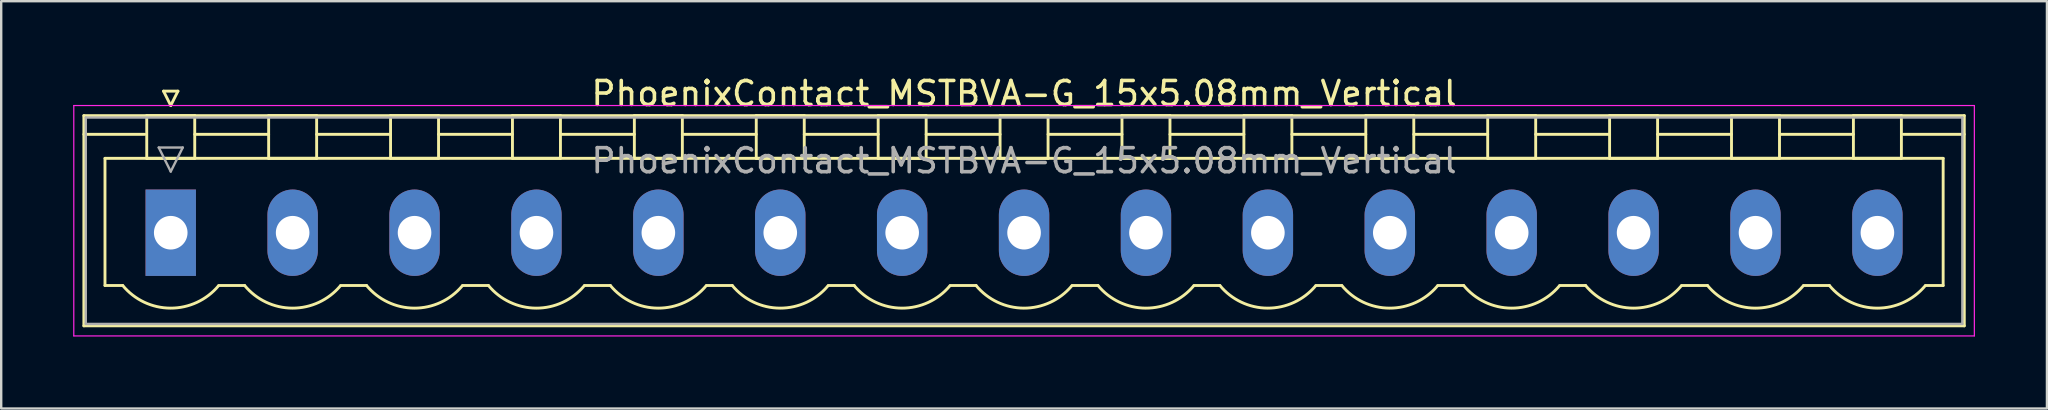
<source format=kicad_pcb>
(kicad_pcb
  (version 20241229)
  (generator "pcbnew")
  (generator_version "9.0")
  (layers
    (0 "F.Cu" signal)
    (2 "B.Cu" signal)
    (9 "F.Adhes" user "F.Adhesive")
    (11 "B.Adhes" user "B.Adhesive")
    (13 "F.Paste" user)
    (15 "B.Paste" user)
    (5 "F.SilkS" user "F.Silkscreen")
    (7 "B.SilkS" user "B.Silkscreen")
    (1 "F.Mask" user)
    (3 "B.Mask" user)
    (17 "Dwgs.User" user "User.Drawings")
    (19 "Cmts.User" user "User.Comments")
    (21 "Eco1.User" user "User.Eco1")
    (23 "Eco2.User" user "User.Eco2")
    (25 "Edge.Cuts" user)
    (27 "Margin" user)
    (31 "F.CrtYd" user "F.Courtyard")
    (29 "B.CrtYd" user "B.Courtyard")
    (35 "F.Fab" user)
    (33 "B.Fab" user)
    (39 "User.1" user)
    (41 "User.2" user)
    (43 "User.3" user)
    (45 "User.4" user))
  (footprint "PhoenixContact_MSTBVA-G_15x5.08mm_Vertical"
    (layer "F.Cu")
    (at 4.065 6.648)
    (property "Reference" "PhoenixContact_MSTBVA-G_15x5.08mm_Vertical" (at 35.56 -5.8 0) (layer "F.SilkS") (effects (font (size 1 1) (thickness 0.15))))
    (attr through_hole)
    (fp_line (start -3.62 -4.88) (end -3.62 3.88) (stroke (width 0.12) (type solid)) (layer "F.SilkS"))
    (fp_line (start -3.62 -4.1) (end -1.08 -4.1) (stroke (width 0.12) (type solid)) (layer "F.SilkS"))
    (fp_line (start -3.62 3.88) (end 74.74 3.88) (stroke (width 0.12) (type solid)) (layer "F.SilkS"))
    (fp_line (start -2.74 -3.1) (end 73.86 -3.1) (stroke (width 0.12) (type solid)) (layer "F.SilkS"))
    (fp_line (start -2.74 2.2) (end -2.74 -3.1) (stroke (width 0.12) (type solid)) (layer "F.SilkS"))
    (fp_line (start -2 2.2) (end -2.74 2.2) (stroke (width 0.12) (type solid)) (layer "F.SilkS"))
    (fp_line (start -1 -4.88) (end 1 -4.88) (stroke (width 0.12) (type solid)) (layer "F.SilkS"))
    (fp_line (start -1 -3.1) (end -1 -4.88) (stroke (width 0.12) (type solid)) (layer "F.SilkS"))
    (fp_line (start -0.3 -5.9) (end 0.3 -5.9) (stroke (width 0.12) (type solid)) (layer "F.SilkS"))
    (fp_line (start 0 -5.3) (end -0.3 -5.9) (stroke (width 0.12) (type solid)) (layer "F.SilkS"))
    (fp_line (start 0.3 -5.9) (end 0 -5.3) (stroke (width 0.12) (type solid)) (layer "F.SilkS"))
    (fp_line (start 1 -4.88) (end 1 -3.1) (stroke (width 0.12) (type solid)) (layer "F.SilkS"))
    (fp_line (start 1 -4.1) (end 4.08 -4.1) (stroke (width 0.12) (type solid)) (layer "F.SilkS"))
    (fp_line (start 1 -3.1) (end -1 -3.1) (stroke (width 0.12) (type solid)) (layer "F.SilkS"))
    (fp_line (start 2 2.2) (end 3.08 2.2) (stroke (width 0.12) (type solid)) (layer "F.SilkS"))
    (fp_line (start 4.08 -4.88) (end 6.08 -4.88) (stroke (width 0.12) (type solid)) (layer "F.SilkS"))
    (fp_line (start 4.08 -3.1) (end 4.08 -4.88) (stroke (width 0.12) (type solid)) (layer "F.SilkS"))
    (fp_line (start 6.08 -4.88) (end 6.08 -3.1) (stroke (width 0.12) (type solid)) (layer "F.SilkS"))
    (fp_line (start 6.08 -4.1) (end 9.16 -4.1) (stroke (width 0.12) (type solid)) (layer "F.SilkS"))
    (fp_line (start 6.08 -3.1) (end 4.08 -3.1) (stroke (width 0.12) (type solid)) (layer "F.SilkS"))
    (fp_line (start 7.08 2.2) (end 8.16 2.2) (stroke (width 0.12) (type solid)) (layer "F.SilkS"))
    (fp_line (start 9.16 -4.88) (end 11.16 -4.88) (stroke (width 0.12) (type solid)) (layer "F.SilkS"))
    (fp_line (start 9.16 -3.1) (end 9.16 -4.88) (stroke (width 0.12) (type solid)) (layer "F.SilkS"))
    (fp_line (start 11.16 -4.88) (end 11.16 -3.1) (stroke (width 0.12) (type solid)) (layer "F.SilkS"))
    (fp_line (start 11.16 -4.1) (end 14.24 -4.1) (stroke (width 0.12) (type solid)) (layer "F.SilkS"))
    (fp_line (start 11.16 -3.1) (end 9.16 -3.1) (stroke (width 0.12) (type solid)) (layer "F.SilkS"))
    (fp_line (start 12.16 2.2) (end 13.24 2.2) (stroke (width 0.12) (type solid)) (layer "F.SilkS"))
    (fp_line (start 14.24 -4.88) (end 16.24 -4.88) (stroke (width 0.12) (type solid)) (layer "F.SilkS"))
    (fp_line (start 14.24 -3.1) (end 14.24 -4.88) (stroke (width 0.12) (type solid)) (layer "F.SilkS"))
    (fp_line (start 16.24 -4.88) (end 16.24 -3.1) (stroke (width 0.12) (type solid)) (layer "F.SilkS"))
    (fp_line (start 16.24 -4.1) (end 19.32 -4.1) (stroke (width 0.12) (type solid)) (layer "F.SilkS"))
    (fp_line (start 16.24 -3.1) (end 14.24 -3.1) (stroke (width 0.12) (type solid)) (layer "F.SilkS"))
    (fp_line (start 17.24 2.2) (end 18.32 2.2) (stroke (width 0.12) (type solid)) (layer "F.SilkS"))
    (fp_line (start 19.32 -4.88) (end 21.32 -4.88) (stroke (width 0.12) (type solid)) (layer "F.SilkS"))
    (fp_line (start 19.32 -3.1) (end 19.32 -4.88) (stroke (width 0.12) (type solid)) (layer "F.SilkS"))
    (fp_line (start 21.32 -4.88) (end 21.32 -3.1) (stroke (width 0.12) (type solid)) (layer "F.SilkS"))
    (fp_line (start 21.32 -4.1) (end 24.4 -4.1) (stroke (width 0.12) (type solid)) (layer "F.SilkS"))
    (fp_line (start 21.32 -3.1) (end 19.32 -3.1) (stroke (width 0.12) (type solid)) (layer "F.SilkS"))
    (fp_line (start 22.32 2.2) (end 23.4 2.2) (stroke (width 0.12) (type solid)) (layer "F.SilkS"))
    (fp_line (start 24.4 -4.88) (end 26.4 -4.88) (stroke (width 0.12) (type solid)) (layer "F.SilkS"))
    (fp_line (start 24.4 -3.1) (end 24.4 -4.88) (stroke (width 0.12) (type solid)) (layer "F.SilkS"))
    (fp_line (start 26.4 -4.88) (end 26.4 -3.1) (stroke (width 0.12) (type solid)) (layer "F.SilkS"))
    (fp_line (start 26.4 -4.1) (end 29.48 -4.1) (stroke (width 0.12) (type solid)) (layer "F.SilkS"))
    (fp_line (start 26.4 -3.1) (end 24.4 -3.1) (stroke (width 0.12) (type solid)) (layer "F.SilkS"))
    (fp_line (start 27.4 2.2) (end 28.48 2.2) (stroke (width 0.12) (type solid)) (layer "F.SilkS"))
    (fp_line (start 29.48 -4.88) (end 31.48 -4.88) (stroke (width 0.12) (type solid)) (layer "F.SilkS"))
    (fp_line (start 29.48 -3.1) (end 29.48 -4.88) (stroke (width 0.12) (type solid)) (layer "F.SilkS"))
    (fp_line (start 31.48 -4.88) (end 31.48 -3.1) (stroke (width 0.12) (type solid)) (layer "F.SilkS"))
    (fp_line (start 31.48 -4.1) (end 34.56 -4.1) (stroke (width 0.12) (type solid)) (layer "F.SilkS"))
    (fp_line (start 31.48 -3.1) (end 29.48 -3.1) (stroke (width 0.12) (type solid)) (layer "F.SilkS"))
    (fp_line (start 32.48 2.2) (end 33.56 2.2) (stroke (width 0.12) (type solid)) (layer "F.SilkS"))
    (fp_line (start 34.56 -4.88) (end 36.56 -4.88) (stroke (width 0.12) (type solid)) (layer "F.SilkS"))
    (fp_line (start 34.56 -3.1) (end 34.56 -4.88) (stroke (width 0.12) (type solid)) (layer "F.SilkS"))
    (fp_line (start 36.56 -4.88) (end 36.56 -3.1) (stroke (width 0.12) (type solid)) (layer "F.SilkS"))
    (fp_line (start 36.56 -4.1) (end 39.64 -4.1) (stroke (width 0.12) (type solid)) (layer "F.SilkS"))
    (fp_line (start 36.56 -3.1) (end 34.56 -3.1) (stroke (width 0.12) (type solid)) (layer "F.SilkS"))
    (fp_line (start 37.56 2.2) (end 38.64 2.2) (stroke (width 0.12) (type solid)) (layer "F.SilkS"))
    (fp_line (start 39.64 -4.88) (end 41.64 -4.88) (stroke (width 0.12) (type solid)) (layer "F.SilkS"))
    (fp_line (start 39.64 -3.1) (end 39.64 -4.88) (stroke (width 0.12) (type solid)) (layer "F.SilkS"))
    (fp_line (start 41.64 -4.88) (end 41.64 -3.1) (stroke (width 0.12) (type solid)) (layer "F.SilkS"))
    (fp_line (start 41.64 -4.1) (end 44.72 -4.1) (stroke (width 0.12) (type solid)) (layer "F.SilkS"))
    (fp_line (start 41.64 -3.1) (end 39.64 -3.1) (stroke (width 0.12) (type solid)) (layer "F.SilkS"))
    (fp_line (start 42.64 2.2) (end 43.72 2.2) (stroke (width 0.12) (type solid)) (layer "F.SilkS"))
    (fp_line (start 44.72 -4.88) (end 46.72 -4.88) (stroke (width 0.12) (type solid)) (layer "F.SilkS"))
    (fp_line (start 44.72 -3.1) (end 44.72 -4.88) (stroke (width 0.12) (type solid)) (layer "F.SilkS"))
    (fp_line (start 46.72 -4.88) (end 46.72 -3.1) (stroke (width 0.12) (type solid)) (layer "F.SilkS"))
    (fp_line (start 46.72 -4.1) (end 49.8 -4.1) (stroke (width 0.12) (type solid)) (layer "F.SilkS"))
    (fp_line (start 46.72 -3.1) (end 44.72 -3.1) (stroke (width 0.12) (type solid)) (layer "F.SilkS"))
    (fp_line (start 47.72 2.2) (end 48.8 2.2) (stroke (width 0.12) (type solid)) (layer "F.SilkS"))
    (fp_line (start 49.8 -4.88) (end 51.8 -4.88) (stroke (width 0.12) (type solid)) (layer "F.SilkS"))
    (fp_line (start 49.8 -3.1) (end 49.8 -4.88) (stroke (width 0.12) (type solid)) (layer "F.SilkS"))
    (fp_line (start 51.8 -4.88) (end 51.8 -3.1) (stroke (width 0.12) (type solid)) (layer "F.SilkS"))
    (fp_line (start 51.8 -4.1) (end 54.88 -4.1) (stroke (width 0.12) (type solid)) (layer "F.SilkS"))
    (fp_line (start 51.8 -3.1) (end 49.8 -3.1) (stroke (width 0.12) (type solid)) (layer "F.SilkS"))
    (fp_line (start 52.8 2.2) (end 53.88 2.2) (stroke (width 0.12) (type solid)) (layer "F.SilkS"))
    (fp_line (start 54.88 -4.88) (end 56.88 -4.88) (stroke (width 0.12) (type solid)) (layer "F.SilkS"))
    (fp_line (start 54.88 -3.1) (end 54.88 -4.88) (stroke (width 0.12) (type solid)) (layer "F.SilkS"))
    (fp_line (start 56.88 -4.88) (end 56.88 -3.1) (stroke (width 0.12) (type solid)) (layer "F.SilkS"))
    (fp_line (start 56.88 -4.1) (end 59.96 -4.1) (stroke (width 0.12) (type solid)) (layer "F.SilkS"))
    (fp_line (start 56.88 -3.1) (end 54.88 -3.1) (stroke (width 0.12) (type solid)) (layer "F.SilkS"))
    (fp_line (start 57.88 2.2) (end 58.96 2.2) (stroke (width 0.12) (type solid)) (layer "F.SilkS"))
    (fp_line (start 59.96 -4.88) (end 61.96 -4.88) (stroke (width 0.12) (type solid)) (layer "F.SilkS"))
    (fp_line (start 59.96 -3.1) (end 59.96 -4.88) (stroke (width 0.12) (type solid)) (layer "F.SilkS"))
    (fp_line (start 61.96 -4.88) (end 61.96 -3.1) (stroke (width 0.12) (type solid)) (layer "F.SilkS"))
    (fp_line (start 61.96 -4.1) (end 65.04 -4.1) (stroke (width 0.12) (type solid)) (layer "F.SilkS"))
    (fp_line (start 61.96 -3.1) (end 59.96 -3.1) (stroke (width 0.12) (type solid)) (layer "F.SilkS"))
    (fp_line (start 62.96 2.2) (end 64.04 2.2) (stroke (width 0.12) (type solid)) (layer "F.SilkS"))
    (fp_line (start 65.04 -4.88) (end 67.04 -4.88) (stroke (width 0.12) (type solid)) (layer "F.SilkS"))
    (fp_line (start 65.04 -3.1) (end 65.04 -4.88) (stroke (width 0.12) (type solid)) (layer "F.SilkS"))
    (fp_line (start 67.04 -4.88) (end 67.04 -3.1) (stroke (width 0.12) (type solid)) (layer "F.SilkS"))
    (fp_line (start 67.04 -4.1) (end 70.12 -4.1) (stroke (width 0.12) (type solid)) (layer "F.SilkS"))
    (fp_line (start 67.04 -3.1) (end 65.04 -3.1) (stroke (width 0.12) (type solid)) (layer "F.SilkS"))
    (fp_line (start 68.04 2.2) (end 69.12 2.2) (stroke (width 0.12) (type solid)) (layer "F.SilkS"))
    (fp_line (start 70.12 -4.88) (end 72.12 -4.88) (stroke (width 0.12) (type solid)) (layer "F.SilkS"))
    (fp_line (start 70.12 -3.1) (end 70.12 -4.88) (stroke (width 0.12) (type solid)) (layer "F.SilkS"))
    (fp_line (start 72.12 -4.88) (end 72.12 -3.1) (stroke (width 0.12) (type solid)) (layer "F.SilkS"))
    (fp_line (start 72.12 -3.1) (end 70.12 -3.1) (stroke (width 0.12) (type solid)) (layer "F.SilkS"))
    (fp_line (start 73.86 -3.1) (end 73.86 2.2) (stroke (width 0.12) (type solid)) (layer "F.SilkS"))
    (fp_line (start 73.86 2.2) (end 73.12 2.2) (stroke (width 0.12) (type solid)) (layer "F.SilkS"))
    (fp_line (start 74.74 -4.88) (end -3.62 -4.88) (stroke (width 0.12) (type solid)) (layer "F.SilkS"))
    (fp_line (start 74.74 -4.1) (end 72.2 -4.1) (stroke (width 0.12) (type solid)) (layer "F.SilkS"))
    (fp_line (start 74.74 3.88) (end 74.74 -4.88) (stroke (width 0.12) (type solid)) (layer "F.SilkS"))
    (fp_arc (start 1.986842 2.215821) (mid -0.010289 3.142758) (end -2 2.2) (stroke (width 0.12) (type solid)) (layer "F.SilkS"))
    (fp_arc (start 7.066842 2.215821) (mid 5.069711 3.142758) (end 3.08 2.2) (stroke (width 0.12) (type solid)) (layer "F.SilkS"))
    (fp_arc (start 12.146842 2.215821) (mid 10.149711 3.142758) (end 8.16 2.2) (stroke (width 0.12) (type solid)) (layer "F.SilkS"))
    (fp_arc (start 17.226842 2.215821) (mid 15.229711 3.142758) (end 13.24 2.2) (stroke (width 0.12) (type solid)) (layer "F.SilkS"))
    (fp_arc (start 22.306842 2.215821) (mid 20.309711 3.142758) (end 18.32 2.2) (stroke (width 0.12) (type solid)) (layer "F.SilkS"))
    (fp_arc (start 27.386842 2.215821) (mid 25.389711 3.142758) (end 23.4 2.2) (stroke (width 0.12) (type solid)) (layer "F.SilkS"))
    (fp_arc (start 32.466842 2.215821) (mid 30.469711 3.142758) (end 28.48 2.2) (stroke (width 0.12) (type solid)) (layer "F.SilkS"))
    (fp_arc (start 37.546842 2.215821) (mid 35.549711 3.142758) (end 33.56 2.2) (stroke (width 0.12) (type solid)) (layer "F.SilkS"))
    (fp_arc (start 42.626842 2.215821) (mid 40.629711 3.142758) (end 38.64 2.2) (stroke (width 0.12) (type solid)) (layer "F.SilkS"))
    (fp_arc (start 47.706842 2.215821) (mid 45.709711 3.142758) (end 43.72 2.2) (stroke (width 0.12) (type solid)) (layer "F.SilkS"))
    (fp_arc (start 52.786842 2.215821) (mid 50.789711 3.142758) (end 48.8 2.2) (stroke (width 0.12) (type solid)) (layer "F.SilkS"))
    (fp_arc (start 57.866842 2.215821) (mid 55.869711 3.142758) (end 53.88 2.2) (stroke (width 0.12) (type solid)) (layer "F.SilkS"))
    (fp_arc (start 62.946842 2.215821) (mid 60.949711 3.142758) (end 58.96 2.2) (stroke (width 0.12) (type solid)) (layer "F.SilkS"))
    (fp_arc (start 68.026842 2.215821) (mid 66.029711 3.142758) (end 64.04 2.2) (stroke (width 0.12) (type solid)) (layer "F.SilkS"))
    (fp_arc (start 73.106842 2.215821) (mid 71.109711 3.142758) (end 69.12 2.2) (stroke (width 0.12) (type solid)) (layer "F.SilkS"))
    (fp_line (start -4.04 -5.3) (end -4.04 4.3) (stroke (width 0.05) (type solid)) (layer "F.CrtYd"))
    (fp_line (start -4.04 4.3) (end 75.16 4.3) (stroke (width 0.05) (type solid)) (layer "F.CrtYd"))
    (fp_line (start 75.16 -5.3) (end -4.04 -5.3) (stroke (width 0.05) (type solid)) (layer "F.CrtYd"))
    (fp_line (start 75.16 4.3) (end 75.16 -5.3) (stroke (width 0.05) (type solid)) (layer "F.CrtYd"))
    (fp_line (start -3.54 -4.8) (end -3.54 3.8) (stroke (width 0.1) (type solid)) (layer "F.Fab"))
    (fp_line (start -3.54 3.8) (end 74.66 3.8) (stroke (width 0.1) (type solid)) (layer "F.Fab"))
    (fp_line (start -0.5 -3.55) (end 0.5 -3.55) (stroke (width 0.1) (type solid)) (layer "F.Fab"))
    (fp_line (start 0 -2.55) (end -0.5 -3.55) (stroke (width 0.1) (type solid)) (layer "F.Fab"))
    (fp_line (start 0.5 -3.55) (end 0 -2.55) (stroke (width 0.1) (type solid)) (layer "F.Fab"))
    (fp_line (start 74.66 -4.8) (end -3.54 -4.8) (stroke (width 0.1) (type solid)) (layer "F.Fab"))
    (fp_line (start 74.66 3.8) (end 74.66 -4.8) (stroke (width 0.1) (type solid)) (layer "F.Fab"))
    (fp_text user "${REFERENCE}" (at 35.56 -3 0) (layer "F.Fab") (effects (font (size 1 1) (thickness 0.15))))
    (pad "1" thru_hole rect (at 0 0) (size 2.1 3.6) (drill 1.4) (layers "*.Cu" "*.Mask"))
    (pad "2" thru_hole oval (at 5.08 0) (size 2.1 3.6) (drill 1.4) (layers "*.Cu" "*.Mask"))
    (pad "3" thru_hole oval (at 10.16 0) (size 2.1 3.6) (drill 1.4) (layers "*.Cu" "*.Mask"))
    (pad "4" thru_hole oval (at 15.24 0) (size 2.1 3.6) (drill 1.4) (layers "*.Cu" "*.Mask"))
    (pad "5" thru_hole oval (at 20.32 0) (size 2.1 3.6) (drill 1.4) (layers "*.Cu" "*.Mask"))
    (pad "6" thru_hole oval (at 25.4 0) (size 2.1 3.6) (drill 1.4) (layers "*.Cu" "*.Mask"))
    (pad "7" thru_hole oval (at 30.48 0) (size 2.1 3.6) (drill 1.4) (layers "*.Cu" "*.Mask"))
    (pad "8" thru_hole oval (at 35.56 0) (size 2.1 3.6) (drill 1.4) (layers "*.Cu" "*.Mask"))
    (pad "9" thru_hole oval (at 40.64 0) (size 2.1 3.6) (drill 1.4) (layers "*.Cu" "*.Mask"))
    (pad "10" thru_hole oval (at 45.72 0) (size 2.1 3.6) (drill 1.4) (layers "*.Cu" "*.Mask"))
    (pad "11" thru_hole oval (at 50.8 0) (size 2.1 3.6) (drill 1.4) (layers "*.Cu" "*.Mask"))
    (pad "12" thru_hole oval (at 55.88 0) (size 2.1 3.6) (drill 1.4) (layers "*.Cu" "*.Mask"))
    (pad "13" thru_hole oval (at 60.96 0) (size 2.1 3.6) (drill 1.4) (layers "*.Cu" "*.Mask"))
    (pad "14" thru_hole oval (at 66.04 0) (size 2.1 3.6) (drill 1.4) (layers "*.Cu" "*.Mask"))
    (pad "15" thru_hole oval (at 71.12 0) (size 2.1 3.6) (drill 1.4) (layers "*.Cu" "*.Mask")))
  (gr_rect
    (start -3 -3)
    (end 82.25 13.973)
    (stroke (width 0.1) (type default))
    (fill no)
    (layer "Edge.Cuts")))
</source>
